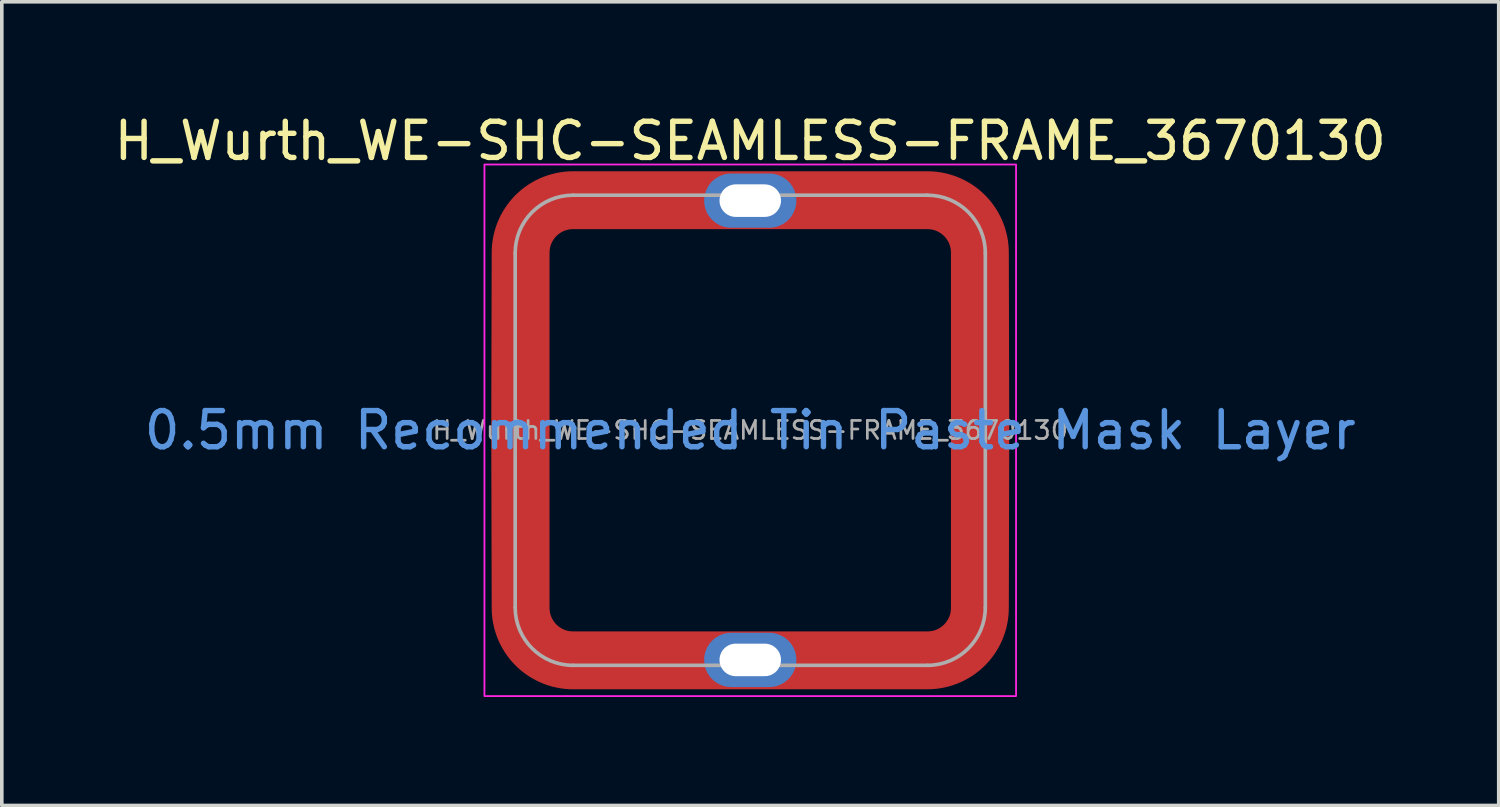
<source format=kicad_pcb>
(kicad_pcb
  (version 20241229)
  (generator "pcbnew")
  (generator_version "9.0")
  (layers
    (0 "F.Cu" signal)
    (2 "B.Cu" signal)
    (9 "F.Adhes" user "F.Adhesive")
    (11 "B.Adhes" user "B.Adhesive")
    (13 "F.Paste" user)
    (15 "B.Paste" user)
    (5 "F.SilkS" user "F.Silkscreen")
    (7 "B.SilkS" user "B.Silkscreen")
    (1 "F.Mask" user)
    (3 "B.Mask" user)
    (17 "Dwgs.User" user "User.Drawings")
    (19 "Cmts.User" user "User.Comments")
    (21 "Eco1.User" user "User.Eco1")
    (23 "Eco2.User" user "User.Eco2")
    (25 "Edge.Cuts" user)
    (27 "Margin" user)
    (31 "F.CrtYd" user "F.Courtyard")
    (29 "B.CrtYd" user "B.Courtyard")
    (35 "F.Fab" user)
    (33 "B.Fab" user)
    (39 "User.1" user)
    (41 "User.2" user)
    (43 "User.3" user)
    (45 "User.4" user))
  (footprint "H_Wurth_WE-SHC-SEAMLESS-FRAME_3670130"
    (layer "F.Cu")
    (at 17.696 8.848)
    (property "Reference" "H_Wurth_WE-SHC-SEAMLESS-FRAME_3670130" (at 0 -8 0) (unlocked yes) (layer "F.SilkS") (effects (font (size 1 1) (thickness 0.15))))
    (attr smd)
    (fp_poly (pts (xy -5.6 -0.012) (xy -7.112 -0.012) (xy -7.1 -4.912) (xy -7.097 -5.027) (xy -7.088 -5.142) (xy -7.073 -5.256) (xy -7.052 -5.369) (xy -7.025 -5.481) (xy -6.992 -5.592) (xy -6.954 -5.7) (xy -6.91 -5.807) (xy -6.86 -5.911) (xy -6.805 -6.012) (xy -6.745 -6.11) (xy -6.68 -6.205) (xy -6.61 -6.297) (xy -6.535 -6.384) (xy -6.456 -6.468) (xy -6.372 -6.547) (xy -6.285 -6.622) (xy -6.193 -6.692) (xy -6.098 -6.757) (xy -6 -6.817) (xy -5.899 -6.872) (xy -5.795 -6.922) (xy -5.688 -6.966) (xy -5.58 -7.004) (xy -5.469 -7.037) (xy -5.357 -7.064) (xy -5.244 -7.085) (xy -5.13 -7.1) (xy -5.015 -7.109) (xy -4.9 -7.112) (xy 4.9 -7.112) (xy 5.015 -7.109) (xy 5.13 -7.1) (xy 5.244 -7.085) (xy 5.357 -7.064) (xy 5.469 -7.037) (xy 5.58 -7.004) (xy 5.688 -6.966) (xy 5.795 -6.922) (xy 5.899 -6.872) (xy 6 -6.817) (xy 6.098 -6.757) (xy 6.193 -6.692) (xy 6.285 -6.622) (xy 6.372 -6.547) (xy 6.456 -6.468) (xy 6.535 -6.384) (xy 6.61 -6.297) (xy 6.68 -6.205) (xy 6.745 -6.11) (xy 6.805 -6.012) (xy 6.86 -5.911) (xy 6.91 -5.807) (xy 6.954 -5.7) (xy 6.992 -5.592) (xy 7.025 -5.481) (xy 7.052 -5.369) (xy 7.073 -5.256) (xy 7.088 -5.142) (xy 7.097 -5.027) (xy 7.1 -4.912) (xy 7.112 -0.012) (xy 5.6 -0.012) (xy 5.6 -4.912) (xy 5.599 -4.949) (xy 5.596 -4.985) (xy 5.591 -5.022) (xy 5.585 -5.058) (xy 5.576 -5.093) (xy 5.566 -5.128) (xy 5.554 -5.163) (xy 5.539 -5.197) (xy 5.524 -5.23) (xy 5.506 -5.262) (xy 5.487 -5.293) (xy 5.466 -5.323) (xy 5.444 -5.353) (xy 5.42 -5.38) (xy 5.395 -5.407) (xy 5.368 -5.432) (xy 5.341 -5.456) (xy 5.311 -5.478) (xy 5.281 -5.499) (xy 5.25 -5.518) (xy 5.218 -5.536) (xy 5.185 -5.551) (xy 5.151 -5.566) (xy 5.116 -5.578) (xy 5.081 -5.588) (xy 5.046 -5.597) (xy 5.01 -5.603) (xy 4.973 -5.608) (xy 4.937 -5.611) (xy 4.9 -5.612) (xy -4.9 -5.612) (xy -4.937 -5.611) (xy -4.973 -5.608) (xy -5.01 -5.603) (xy -5.046 -5.597) (xy -5.081 -5.588) (xy -5.116 -5.578) (xy -5.151 -5.566) (xy -5.185 -5.551) (xy -5.218 -5.536) (xy -5.25 -5.518) (xy -5.281 -5.499) (xy -5.311 -5.478) (xy -5.341 -5.456) (xy -5.368 -5.432) (xy -5.395 -5.407) (xy -5.42 -5.38) (xy -5.444 -5.353) (xy -5.466 -5.323) (xy -5.487 -5.293) (xy -5.506 -5.262) (xy -5.524 -5.23) (xy -5.539 -5.197) (xy -5.554 -5.163) (xy -5.566 -5.128) (xy -5.576 -5.093) (xy -5.585 -5.058) (xy -5.591 -5.022) (xy -5.596 -4.985) (xy -5.599 -4.949) (xy -5.6 -4.912) (xy -5.6 -0.262)) (stroke (width 0.1) (type solid)) (fill yes) (layer "F.Cu"))
    (fp_poly (pts (xy 5.6 0.012) (xy 7.112 0.012) (xy 7.1 4.912) (xy 7.097 5.027) (xy 7.088 5.142) (xy 7.073 5.256) (xy 7.052 5.369) (xy 7.025 5.481) (xy 6.992 5.592) (xy 6.954 5.7) (xy 6.91 5.807) (xy 6.86 5.911) (xy 6.805 6.012) (xy 6.745 6.11) (xy 6.68 6.205) (xy 6.61 6.297) (xy 6.535 6.384) (xy 6.456 6.468) (xy 6.372 6.547) (xy 6.285 6.622) (xy 6.193 6.692) (xy 6.098 6.757) (xy 6 6.817) (xy 5.899 6.872) (xy 5.795 6.922) (xy 5.688 6.966) (xy 5.58 7.004) (xy 5.469 7.037) (xy 5.357 7.064) (xy 5.244 7.085) (xy 5.13 7.1) (xy 5.015 7.109) (xy 4.9 7.112) (xy -4.9 7.112) (xy -5.015 7.109) (xy -5.13 7.1) (xy -5.244 7.085) (xy -5.357 7.064) (xy -5.469 7.037) (xy -5.58 7.004) (xy -5.688 6.966) (xy -5.795 6.922) (xy -5.899 6.872) (xy -6 6.817) (xy -6.098 6.757) (xy -6.193 6.692) (xy -6.285 6.622) (xy -6.372 6.547) (xy -6.456 6.468) (xy -6.535 6.384) (xy -6.61 6.297) (xy -6.68 6.205) (xy -6.745 6.11) (xy -6.805 6.012) (xy -6.86 5.911) (xy -6.91 5.807) (xy -6.954 5.7) (xy -6.992 5.592) (xy -7.025 5.481) (xy -7.052 5.369) (xy -7.073 5.256) (xy -7.088 5.142) (xy -7.097 5.027) (xy -7.1 4.912) (xy -7.112 0.012) (xy -5.6 0.012) (xy -5.6 4.912) (xy -5.599 4.949) (xy -5.596 4.985) (xy -5.591 5.022) (xy -5.585 5.058) (xy -5.576 5.093) (xy -5.566 5.128) (xy -5.554 5.163) (xy -5.539 5.197) (xy -5.524 5.23) (xy -5.506 5.262) (xy -5.487 5.293) (xy -5.466 5.323) (xy -5.444 5.353) (xy -5.42 5.38) (xy -5.395 5.407) (xy -5.368 5.432) (xy -5.341 5.456) (xy -5.311 5.478) (xy -5.281 5.499) (xy -5.25 5.518) (xy -5.218 5.536) (xy -5.185 5.551) (xy -5.151 5.566) (xy -5.116 5.578) (xy -5.081 5.588) (xy -5.046 5.597) (xy -5.01 5.603) (xy -4.973 5.608) (xy -4.937 5.611) (xy -4.9 5.612) (xy 4.9 5.612) (xy 4.937 5.611) (xy 4.973 5.608) (xy 5.01 5.603) (xy 5.046 5.597) (xy 5.081 5.588) (xy 5.116 5.578) (xy 5.151 5.566) (xy 5.185 5.551) (xy 5.218 5.536) (xy 5.25 5.518) (xy 5.281 5.499) (xy 5.311 5.478) (xy 5.341 5.456) (xy 5.368 5.432) (xy 5.395 5.407) (xy 5.42 5.38) (xy 5.444 5.353) (xy 5.466 5.323) (xy 5.487 5.293) (xy 5.506 5.262) (xy 5.524 5.23) (xy 5.539 5.197) (xy 5.554 5.163) (xy 5.566 5.128) (xy 5.576 5.093) (xy 5.585 5.058) (xy 5.591 5.022) (xy 5.596 4.985) (xy 5.599 4.949) (xy 5.6 4.912) (xy 5.6 0.262)) (stroke (width 0.1) (type solid)) (fill yes) (layer "F.Cu"))
    (fp_poly (pts (xy -5.6 -0.05) (xy -7.112 -0.05) (xy -7.1 -4.95) (xy -7.097 -5.065) (xy -7.088 -5.18) (xy -7.073 -5.294) (xy -7.052 -5.407) (xy -7.025 -5.519) (xy -6.992 -5.63) (xy -6.954 -5.738) (xy -6.91 -5.845) (xy -6.86 -5.949) (xy -6.805 -6.05) (xy -6.745 -6.148) (xy -6.68 -6.243) (xy -6.61 -6.335) (xy -6.535 -6.422) (xy -6.456 -6.506) (xy -6.372 -6.585) (xy -6.285 -6.66) (xy -6.193 -6.73) (xy -6.098 -6.795) (xy -6 -6.855) (xy -5.899 -6.91) (xy -5.795 -6.96) (xy -5.688 -7.004) (xy -5.58 -7.042) (xy -5.469 -7.075) (xy -5.357 -7.102) (xy -5.244 -7.123) (xy -5.13 -7.138) (xy -5.015 -7.147) (xy -4.9 -7.15) (xy 4.9 -7.15) (xy 5.015 -7.147) (xy 5.13 -7.138) (xy 5.244 -7.123) (xy 5.357 -7.102) (xy 5.469 -7.075) (xy 5.58 -7.042) (xy 5.688 -7.004) (xy 5.795 -6.96) (xy 5.899 -6.91) (xy 6 -6.855) (xy 6.098 -6.795) (xy 6.193 -6.73) (xy 6.285 -6.66) (xy 6.372 -6.585) (xy 6.456 -6.506) (xy 6.535 -6.422) (xy 6.61 -6.335) (xy 6.68 -6.243) (xy 6.745 -6.148) (xy 6.805 -6.05) (xy 6.86 -5.949) (xy 6.91 -5.845) (xy 6.954 -5.738) (xy 6.992 -5.63) (xy 7.025 -5.519) (xy 7.052 -5.407) (xy 7.073 -5.294) (xy 7.088 -5.18) (xy 7.097 -5.065) (xy 7.1 -4.95) (xy 7.112 -0.05) (xy 5.6 -0.05) (xy 5.6 -4.95) (xy 5.599 -4.987) (xy 5.596 -5.023) (xy 5.591 -5.06) (xy 5.585 -5.096) (xy 5.576 -5.131) (xy 5.566 -5.166) (xy 5.554 -5.201) (xy 5.539 -5.235) (xy 5.524 -5.268) (xy 5.506 -5.3) (xy 5.487 -5.331) (xy 5.466 -5.361) (xy 5.444 -5.391) (xy 5.42 -5.418) (xy 5.395 -5.445) (xy 5.368 -5.47) (xy 5.341 -5.494) (xy 5.311 -5.516) (xy 5.281 -5.537) (xy 5.25 -5.556) (xy 5.218 -5.574) (xy 5.185 -5.589) (xy 5.151 -5.604) (xy 5.116 -5.616) (xy 5.081 -5.626) (xy 5.046 -5.635) (xy 5.01 -5.641) (xy 4.973 -5.646) (xy 4.937 -5.649) (xy 4.9 -5.65) (xy -4.9 -5.65) (xy -4.937 -5.649) (xy -4.973 -5.646) (xy -5.01 -5.641) (xy -5.046 -5.635) (xy -5.081 -5.626) (xy -5.116 -5.616) (xy -5.151 -5.604) (xy -5.185 -5.589) (xy -5.218 -5.574) (xy -5.25 -5.556) (xy -5.281 -5.537) (xy -5.311 -5.516) (xy -5.341 -5.494) (xy -5.368 -5.47) (xy -5.395 -5.445) (xy -5.42 -5.418) (xy -5.444 -5.391) (xy -5.466 -5.361) (xy -5.487 -5.331) (xy -5.506 -5.3) (xy -5.524 -5.268) (xy -5.539 -5.235) (xy -5.554 -5.201) (xy -5.566 -5.166) (xy -5.576 -5.131) (xy -5.585 -5.096) (xy -5.591 -5.06) (xy -5.596 -5.023) (xy -5.599 -4.987) (xy -5.6 -4.95) (xy -5.6 -0.3)) (stroke (width 0.1) (type solid)) (fill yes) (layer "F.Mask"))
    (fp_poly (pts (xy 5.6 0.012) (xy 7.112 0.012) (xy 7.1 4.912) (xy 7.097 5.027) (xy 7.088 5.142) (xy 7.073 5.256) (xy 7.052 5.369) (xy 7.025 5.481) (xy 6.992 5.592) (xy 6.954 5.7) (xy 6.91 5.807) (xy 6.86 5.911) (xy 6.805 6.012) (xy 6.745 6.11) (xy 6.68 6.205) (xy 6.61 6.297) (xy 6.535 6.384) (xy 6.456 6.468) (xy 6.372 6.547) (xy 6.285 6.622) (xy 6.193 6.692) (xy 6.098 6.757) (xy 6 6.817) (xy 5.899 6.872) (xy 5.795 6.922) (xy 5.688 6.966) (xy 5.58 7.004) (xy 5.469 7.037) (xy 5.357 7.064) (xy 5.244 7.085) (xy 5.13 7.1) (xy 5.015 7.109) (xy 4.9 7.112) (xy -4.9 7.112) (xy -5.015 7.109) (xy -5.13 7.1) (xy -5.244 7.085) (xy -5.357 7.064) (xy -5.469 7.037) (xy -5.58 7.004) (xy -5.688 6.966) (xy -5.795 6.922) (xy -5.899 6.872) (xy -6 6.817) (xy -6.098 6.757) (xy -6.193 6.692) (xy -6.285 6.622) (xy -6.372 6.547) (xy -6.456 6.468) (xy -6.535 6.384) (xy -6.61 6.297) (xy -6.68 6.205) (xy -6.745 6.11) (xy -6.805 6.012) (xy -6.86 5.911) (xy -6.91 5.807) (xy -6.954 5.7) (xy -6.992 5.592) (xy -7.025 5.481) (xy -7.052 5.369) (xy -7.073 5.256) (xy -7.088 5.142) (xy -7.097 5.027) (xy -7.1 4.912) (xy -7.112 0.012) (xy -5.6 0.012) (xy -5.6 4.912) (xy -5.599 4.949) (xy -5.596 4.985) (xy -5.591 5.022) (xy -5.585 5.058) (xy -5.576 5.093) (xy -5.566 5.128) (xy -5.554 5.163) (xy -5.539 5.197) (xy -5.524 5.23) (xy -5.506 5.262) (xy -5.487 5.293) (xy -5.466 5.323) (xy -5.444 5.353) (xy -5.42 5.38) (xy -5.395 5.407) (xy -5.368 5.432) (xy -5.341 5.456) (xy -5.311 5.478) (xy -5.281 5.499) (xy -5.25 5.518) (xy -5.218 5.536) (xy -5.185 5.551) (xy -5.151 5.566) (xy -5.116 5.578) (xy -5.081 5.588) (xy -5.046 5.597) (xy -5.01 5.603) (xy -4.973 5.608) (xy -4.937 5.611) (xy -4.9 5.612) (xy 4.9 5.612) (xy 4.937 5.611) (xy 4.973 5.608) (xy 5.01 5.603) (xy 5.046 5.597) (xy 5.081 5.588) (xy 5.116 5.578) (xy 5.151 5.566) (xy 5.185 5.551) (xy 5.218 5.536) (xy 5.25 5.518) (xy 5.281 5.499) (xy 5.311 5.478) (xy 5.341 5.456) (xy 5.368 5.432) (xy 5.395 5.407) (xy 5.42 5.38) (xy 5.444 5.353) (xy 5.466 5.323) (xy 5.487 5.293) (xy 5.506 5.262) (xy 5.524 5.23) (xy 5.539 5.197) (xy 5.554 5.163) (xy 5.566 5.128) (xy 5.576 5.093) (xy 5.585 5.058) (xy 5.591 5.022) (xy 5.596 4.985) (xy 5.599 4.949) (xy 5.6 4.912) (xy 5.6 0.262)) (stroke (width 0.1) (type solid)) (fill yes) (layer "F.Mask"))
    (fp_poly (pts (xy -5.6 0) (xy -7.112 0) (xy -7.1 -4.9) (xy -7.097 -5.015) (xy -7.088 -5.13) (xy -7.073 -5.244) (xy -7.052 -5.357) (xy -7.025 -5.469) (xy -6.992 -5.58) (xy -6.954 -5.688) (xy -6.91 -5.795) (xy -6.86 -5.899) (xy -6.805 -6) (xy -6.745 -6.098) (xy -6.68 -6.193) (xy -6.61 -6.285) (xy -6.535 -6.372) (xy -6.456 -6.456) (xy -6.372 -6.535) (xy -6.285 -6.61) (xy -6.193 -6.68) (xy -6.098 -6.745) (xy -6 -6.805) (xy -5.899 -6.86) (xy -5.795 -6.91) (xy -5.688 -6.954) (xy -5.58 -6.992) (xy -5.469 -7.025) (xy -5.357 -7.052) (xy -5.244 -7.073) (xy -5.13 -7.088) (xy -5.015 -7.097) (xy -4.9 -7.1) (xy 4.9 -7.1) (xy 5.015 -7.097) (xy 5.13 -7.088) (xy 5.244 -7.073) (xy 5.357 -7.052) (xy 5.469 -7.025) (xy 5.58 -6.992) (xy 5.688 -6.954) (xy 5.795 -6.91) (xy 5.899 -6.86) (xy 6 -6.805) (xy 6.098 -6.745) (xy 6.193 -6.68) (xy 6.285 -6.61) (xy 6.372 -6.535) (xy 6.456 -6.456) (xy 6.535 -6.372) (xy 6.61 -6.285) (xy 6.68 -6.193) (xy 6.745 -6.098) (xy 6.805 -6) (xy 6.86 -5.899) (xy 6.91 -5.795) (xy 6.954 -5.688) (xy 6.992 -5.58) (xy 7.025 -5.469) (xy 7.052 -5.357) (xy 7.073 -5.244) (xy 7.088 -5.13) (xy 7.097 -5.015) (xy 7.1 -4.9) (xy 7.112 0) (xy 5.6 0) (xy 5.6 -4.9) (xy 5.599 -4.937) (xy 5.596 -4.973) (xy 5.591 -5.01) (xy 5.585 -5.046) (xy 5.576 -5.081) (xy 5.566 -5.116) (xy 5.554 -5.151) (xy 5.539 -5.185) (xy 5.524 -5.218) (xy 5.506 -5.25) (xy 5.487 -5.281) (xy 5.466 -5.311) (xy 5.444 -5.341) (xy 5.42 -5.368) (xy 5.395 -5.395) (xy 5.368 -5.42) (xy 5.341 -5.444) (xy 5.311 -5.466) (xy 5.281 -5.487) (xy 5.25 -5.506) (xy 5.218 -5.524) (xy 5.185 -5.539) (xy 5.151 -5.554) (xy 5.116 -5.566) (xy 5.081 -5.576) (xy 5.046 -5.585) (xy 5.01 -5.591) (xy 4.973 -5.596) (xy 4.937 -5.599) (xy 4.9 -5.6) (xy -4.9 -5.6) (xy -4.937 -5.599) (xy -4.973 -5.596) (xy -5.01 -5.591) (xy -5.046 -5.585) (xy -5.081 -5.576) (xy -5.116 -5.566) (xy -5.151 -5.554) (xy -5.185 -5.539) (xy -5.218 -5.524) (xy -5.25 -5.506) (xy -5.281 -5.487) (xy -5.311 -5.466) (xy -5.341 -5.444) (xy -5.368 -5.42) (xy -5.395 -5.395) (xy -5.42 -5.368) (xy -5.444 -5.341) (xy -5.466 -5.311) (xy -5.487 -5.281) (xy -5.506 -5.25) (xy -5.524 -5.218) (xy -5.539 -5.185) (xy -5.554 -5.151) (xy -5.566 -5.116) (xy -5.576 -5.081) (xy -5.585 -5.046) (xy -5.591 -5.01) (xy -5.596 -4.973) (xy -5.599 -4.937) (xy -5.6 -4.9) (xy -5.6 -0.25)) (stroke (width 0.1) (type solid)) (fill yes) (layer "F.Paste"))
    (fp_poly (pts (xy 5.6 0) (xy 7.112 0) (xy 7.1 4.9) (xy 7.097 5.015) (xy 7.088 5.13) (xy 7.073 5.244) (xy 7.052 5.357) (xy 7.025 5.469) (xy 6.992 5.58) (xy 6.954 5.688) (xy 6.91 5.795) (xy 6.86 5.899) (xy 6.805 6) (xy 6.745 6.098) (xy 6.68 6.193) (xy 6.61 6.285) (xy 6.535 6.372) (xy 6.456 6.456) (xy 6.372 6.535) (xy 6.285 6.61) (xy 6.193 6.68) (xy 6.098 6.745) (xy 6 6.805) (xy 5.899 6.86) (xy 5.795 6.91) (xy 5.688 6.954) (xy 5.58 6.992) (xy 5.469 7.025) (xy 5.357 7.052) (xy 5.244 7.073) (xy 5.13 7.088) (xy 5.015 7.097) (xy 4.9 7.1) (xy -4.9 7.1) (xy -5.015 7.097) (xy -5.13 7.088) (xy -5.244 7.073) (xy -5.357 7.052) (xy -5.469 7.025) (xy -5.58 6.992) (xy -5.688 6.954) (xy -5.795 6.91) (xy -5.899 6.86) (xy -6 6.805) (xy -6.098 6.745) (xy -6.193 6.68) (xy -6.285 6.61) (xy -6.372 6.535) (xy -6.456 6.456) (xy -6.535 6.372) (xy -6.61 6.285) (xy -6.68 6.193) (xy -6.745 6.098) (xy -6.805 6) (xy -6.86 5.899) (xy -6.91 5.795) (xy -6.954 5.688) (xy -6.992 5.58) (xy -7.025 5.469) (xy -7.052 5.357) (xy -7.073 5.244) (xy -7.088 5.13) (xy -7.097 5.015) (xy -7.1 4.9) (xy -7.112 0) (xy -5.6 0) (xy -5.6 4.9) (xy -5.599 4.937) (xy -5.596 4.973) (xy -5.591 5.01) (xy -5.585 5.046) (xy -5.576 5.081) (xy -5.566 5.116) (xy -5.554 5.151) (xy -5.539 5.185) (xy -5.524 5.218) (xy -5.506 5.25) (xy -5.487 5.281) (xy -5.466 5.311) (xy -5.444 5.341) (xy -5.42 5.368) (xy -5.395 5.395) (xy -5.368 5.42) (xy -5.341 5.444) (xy -5.311 5.466) (xy -5.281 5.487) (xy -5.25 5.506) (xy -5.218 5.524) (xy -5.185 5.539) (xy -5.151 5.554) (xy -5.116 5.566) (xy -5.081 5.576) (xy -5.046 5.585) (xy -5.01 5.591) (xy -4.973 5.596) (xy -4.937 5.599) (xy -4.9 5.6) (xy 4.9 5.6) (xy 4.937 5.599) (xy 4.973 5.596) (xy 5.01 5.591) (xy 5.046 5.585) (xy 5.081 5.576) (xy 5.116 5.566) (xy 5.151 5.554) (xy 5.185 5.539) (xy 5.218 5.524) (xy 5.25 5.506) (xy 5.281 5.487) (xy 5.311 5.466) (xy 5.341 5.444) (xy 5.368 5.42) (xy 5.395 5.395) (xy 5.42 5.368) (xy 5.444 5.341) (xy 5.466 5.311) (xy 5.487 5.281) (xy 5.506 5.25) (xy 5.524 5.218) (xy 5.539 5.185) (xy 5.554 5.151) (xy 5.566 5.116) (xy 5.576 5.081) (xy 5.585 5.046) (xy 5.591 5.01) (xy 5.596 4.973) (xy 5.599 4.937) (xy 5.6 4.9) (xy 5.6 0.25)) (stroke (width 0.1) (type solid)) (fill yes) (layer "F.Paste"))
    (fp_rect (start -7.35 -7.35) (end 7.35 7.35) (stroke (width 0.05) (type solid)) (fill no) (layer "F.CrtYd"))
    (fp_line (start -6.5 4.9) (end -6.5 -4.9) (stroke (width 0.1) (type solid)) (layer "F.Fab"))
    (fp_line (start -4.9 -6.5) (end 4.9 -6.5) (stroke (width 0.1) (type solid)) (layer "F.Fab"))
    (fp_line (start -4.9 6.5) (end 4.9 6.5) (stroke (width 0.1) (type solid)) (layer "F.Fab"))
    (fp_line (start 6.5 4.9) (end 6.5 -4.9) (stroke (width 0.1) (type solid)) (layer "F.Fab"))
    (fp_arc (start -6.5 -4.9) (mid -6.031371 -6.03137) (end -4.9 -6.5) (stroke (width 0.1) (type default)) (layer "F.Fab"))
    (fp_arc (start -4.9 6.5) (mid -6.03137 6.031371) (end -6.5 4.9) (stroke (width 0.1) (type default)) (layer "F.Fab"))
    (fp_arc (start 4.9 -6.5) (mid 6.03137 -6.031371) (end 6.5 -4.9) (stroke (width 0.1) (type default)) (layer "F.Fab"))
    (fp_arc (start 6.5 4.9) (mid 6.031371 6.03137) (end 4.9 6.5) (stroke (width 0.1) (type default)) (layer "F.Fab"))
    (fp_text user "0.5mm Recommended Tin Paste Mask Layer" (at 0 0 0) (unlocked yes) (layer "Cmts.User") (effects (font (size 1 1) (thickness 0.15))))
    (fp_text user "${REFERENCE}" (at 0 0 0) (unlocked yes) (layer "F.Fab") (effects (font (size 0.5 0.5) (thickness 0.075))))
    (pad "1" thru_hole oval (at 0 -6.35) (size 2.55 1.5) (drill oval 1.7 0.9) (layers "*.Cu" "*.Mask"))
    (pad "1" thru_hole oval (at 0 6.35) (size 2.55 1.5) (drill oval 1.7 0.9) (layers "*.Cu" "*.Mask")))
  (gr_rect
    (start -3 -3)
    (end 38.393 19.223)
    (stroke (width 0.1) (type default))
    (fill no)
    (layer "Edge.Cuts")))
</source>
